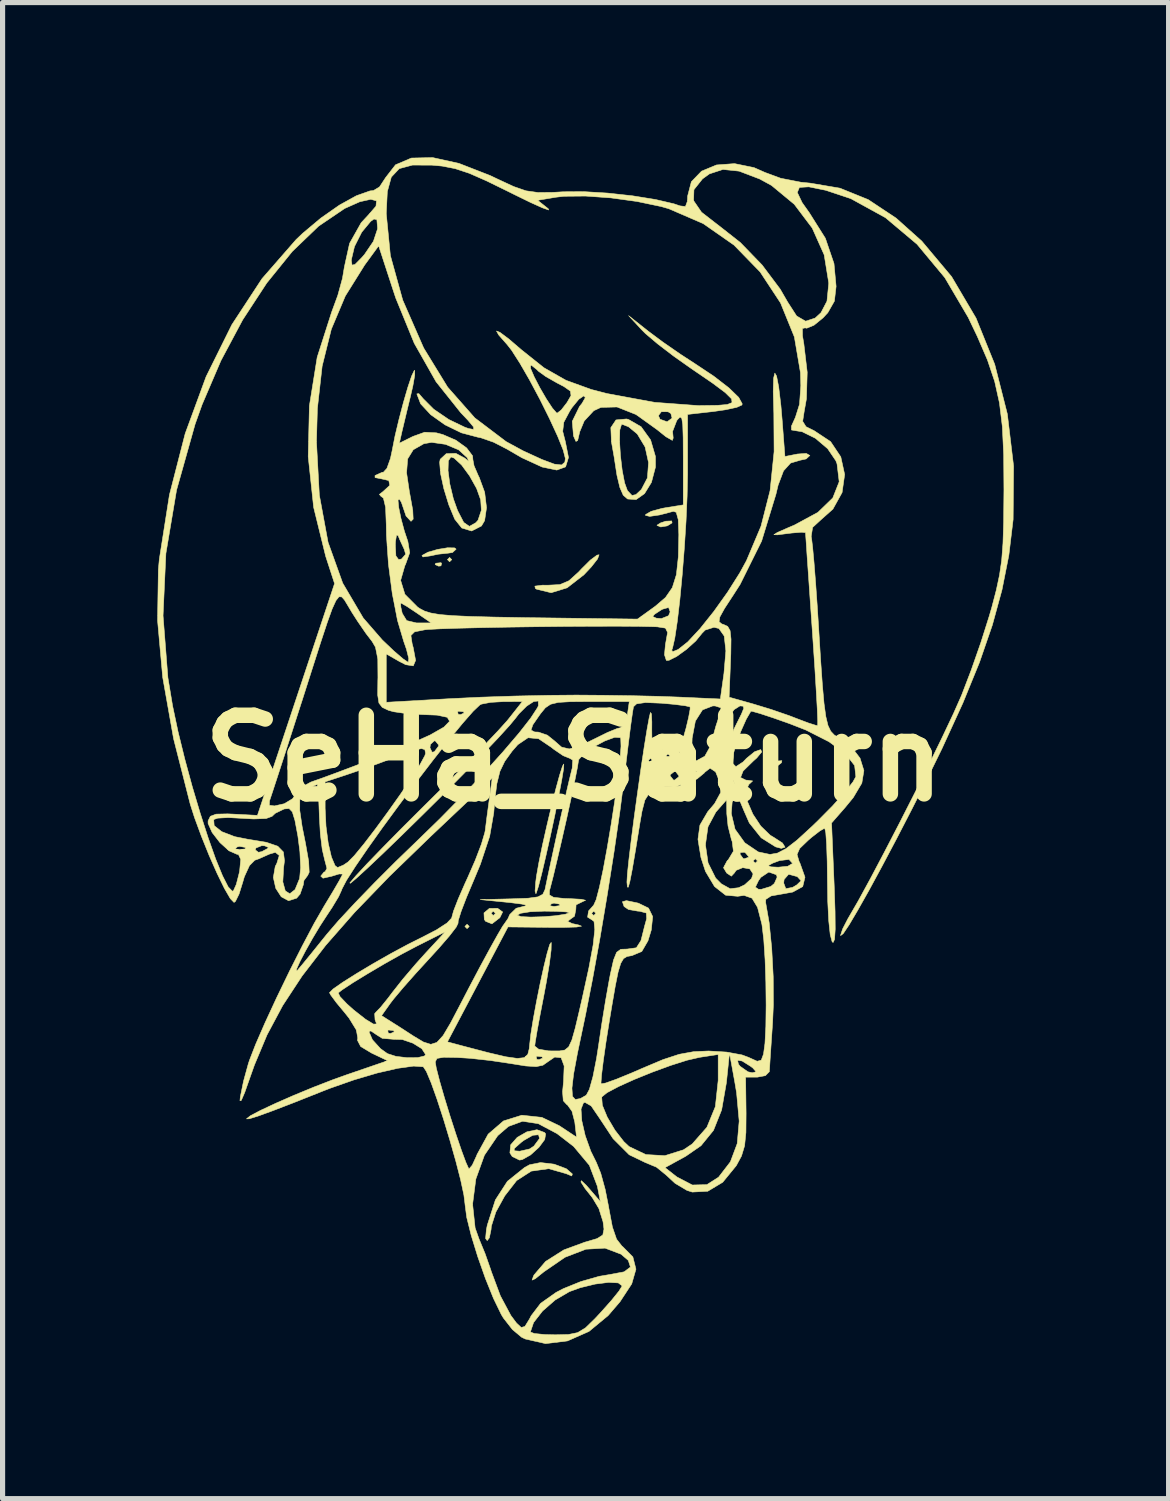
<source format=kicad_pcb>
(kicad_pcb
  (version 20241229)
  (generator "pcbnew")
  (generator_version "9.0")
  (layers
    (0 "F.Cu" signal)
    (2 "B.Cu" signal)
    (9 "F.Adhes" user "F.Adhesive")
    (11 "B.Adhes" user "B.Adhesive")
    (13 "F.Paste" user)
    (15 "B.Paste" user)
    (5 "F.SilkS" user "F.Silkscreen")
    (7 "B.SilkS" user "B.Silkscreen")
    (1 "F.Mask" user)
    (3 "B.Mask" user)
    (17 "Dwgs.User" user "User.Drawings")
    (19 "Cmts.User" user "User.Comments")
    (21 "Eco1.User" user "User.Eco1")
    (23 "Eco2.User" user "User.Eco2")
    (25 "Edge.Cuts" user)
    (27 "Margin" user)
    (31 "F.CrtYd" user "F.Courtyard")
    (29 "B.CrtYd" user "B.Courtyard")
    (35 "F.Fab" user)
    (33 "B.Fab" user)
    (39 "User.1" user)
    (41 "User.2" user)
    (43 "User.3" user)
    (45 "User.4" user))
  (footprint "SeHa_Saturn"
    (layer "F.Cu")
    (at 8.079 11.651)
    (property "Reference" "SeHa_Saturn" (at 0 0 0) (layer "F.SilkS") (effects (font (size 1.524 1.524) (thickness 0.3))))
    (attr through_hole)
    (fp_poly (pts (xy -2.371 -3.852) (xy -2.413 -3.81) (xy -2.455 -3.852) (xy -2.413 -3.895) (xy -2.371 -3.852)) (stroke (width 0.01) (type solid)) (fill yes) (layer "F.SilkS"))
    (fp_poly (pts (xy -2.032 3.26) (xy -2.074 3.302) (xy -2.117 3.26) (xy -2.074 3.217) (xy -2.032 3.26)) (stroke (width 0.01) (type solid)) (fill yes) (layer "F.SilkS"))
    (fp_poly (pts (xy -2.568 -3.782) (xy -2.58 -3.731) (xy -2.625 -3.725) (xy -2.694 -3.756) (xy -2.681 -3.782) (xy -2.581 -3.792) (xy -2.568 -3.782)) (stroke (width 0.01) (type solid)) (fill yes) (layer "F.SilkS"))
    (fp_poly (pts (xy 4.021 0.086) (xy 3.931 0.156) (xy 3.833 0.168) (xy 3.81 0.136) (xy 3.876 0.082) (xy 3.941 0.052) (xy 4.029 0.046) (xy 4.021 0.086)) (stroke (width 0.01) (type solid)) (fill yes) (layer "F.SilkS"))
    (fp_poly (pts (xy 1.9 -4.564) (xy 1.807 -4.506) (xy 1.68 -4.485) (xy 1.609 -4.515) (xy 1.609 -4.52) (xy 1.678 -4.564) (xy 1.778 -4.597) (xy 1.893 -4.602) (xy 1.9 -4.564)) (stroke (width 0.01) (type solid)) (fill yes) (layer "F.SilkS"))
    (fp_poly (pts (xy -2.314 -4.079) (xy -2.286 -4.055) (xy -2.356 -3.99) (xy -2.434 -3.978) (xy -2.632 -3.957) (xy -2.794 -3.923) (xy -2.93 -3.904) (xy -2.949 -3.932) (xy -2.832 -3.996) (xy -2.645 -4.05) (xy -2.451 -4.082) (xy -2.314 -4.079)) (stroke (width 0.01) (type solid)) (fill yes) (layer "F.SilkS"))
    (fp_poly (pts (xy -1.478 2.911) (xy -1.384 2.979) (xy -1.438 3.089) (xy -1.44 3.091) (xy -1.592 3.209) (xy -1.715 3.16) (xy -1.74 3.125) (xy -1.746 3.006) (xy -1.609 3.006) (xy -1.566 3.048) (xy -1.524 3.006) (xy -1.566 2.963) (xy -1.609 3.006) (xy -1.746 3.006) (xy -1.747 2.998) (xy -1.642 2.91) (xy -1.484 2.908) (xy -1.478 2.911)) (stroke (width 0.01) (type solid)) (fill yes) (layer "F.SilkS"))
    (fp_poly (pts (xy 0.456 -3.866) (xy 0.333 -3.709) (xy 0.191 -3.558) (xy -0.135 -3.305) (xy -0.444 -3.21) (xy -0.725 -3.278) (xy -0.75 -3.293) (xy -0.76 -3.338) (xy -0.61 -3.357) (xy -0.509 -3.356) (xy -0.275 -3.368) (xy -0.1 -3.442) (xy 0.088 -3.612) (xy 0.142 -3.67) (xy 0.316 -3.843) (xy 0.445 -3.939) (xy 0.485 -3.946) (xy 0.456 -3.866)) (stroke (width 0.01) (type solid)) (fill yes) (layer "F.SilkS"))
    (fp_poly (pts (xy -0.203 0.202) (xy -0.239 0.422) (xy -0.299 0.736) (xy -0.374 1.109) (xy -0.459 1.505) (xy -0.545 1.888) (xy -0.624 2.225) (xy -0.689 2.478) (xy -0.733 2.613) (xy -0.74 2.625) (xy -0.756 2.576) (xy -0.744 2.406) (xy -0.729 2.286) (xy -0.682 2.021) (xy -0.613 1.684) (xy -0.529 1.312) (xy -0.44 0.937) (xy -0.354 0.596) (xy -0.279 0.322) (xy -0.224 0.151) (xy -0.199 0.111) (xy -0.203 0.202)) (stroke (width 0.01) (type solid)) (fill yes) (layer "F.SilkS"))
    (fp_poly (pts (xy -0.387 7.868) (xy -0.151 7.956) (xy -0.033 8.058) (xy -0.045 8.097) (xy -0.154 8.052) (xy -0.491 7.956) (xy -0.829 8.003) (xy -1.112 8.185) (xy -1.117 8.191) (xy -1.344 8.483) (xy -1.516 8.796) (xy -1.604 9.072) (xy -1.609 9.135) (xy -1.642 9.296) (xy -1.684 9.35) (xy -1.715 9.309) (xy -1.7 9.14) (xy -1.682 9.05) (xy -1.525 8.561) (xy -1.292 8.2) (xy -0.961 7.934) (xy -0.864 7.88) (xy -0.65 7.837) (xy -0.387 7.868)) (stroke (width 0.01) (type solid)) (fill yes) (layer "F.SilkS"))
    (fp_poly (pts (xy -0.572 7.254) (xy -0.551 7.281) (xy -0.569 7.391) (xy -0.682 7.543) (xy -0.843 7.689) (xy -1.003 7.779) (xy -1.057 7.789) (xy -1.199 7.72) (xy -1.244 7.649) (xy -1.24 7.608) (xy -1.162 7.608) (xy -1.054 7.617) (xy -0.861 7.573) (xy -0.779 7.518) (xy -0.67 7.371) (xy -0.688 7.298) (xy -0.801 7.308) (xy -0.979 7.41) (xy -1.028 7.448) (xy -1.158 7.564) (xy -1.162 7.608) (xy -1.24 7.608) (xy -1.229 7.493) (xy -1.101 7.348) (xy -0.914 7.241) (xy -0.72 7.2) (xy -0.572 7.254)) (stroke (width 0.01) (type solid)) (fill yes) (layer "F.SilkS"))
    (fp_poly (pts (xy 1.052 -6.571) (xy 1.299 -6.429) (xy 1.484 -6.172) (xy 1.578 -5.851) (xy 1.578 -5.645) (xy 1.5 -5.349) (xy 1.366 -5.131) (xy 1.203 -5.016) (xy 1.038 -5.027) (xy 0.953 -5.101) (xy 0.888 -5.25) (xy 0.832 -5.484) (xy 0.822 -5.546) (xy 0.777 -5.84) (xy 0.729 -6.111) (xy 0.724 -6.138) (xy 0.724 -6.149) (xy 0.882 -6.149) (xy 0.899 -5.87) (xy 0.933 -5.583) (xy 0.98 -5.339) (xy 1.034 -5.191) (xy 1.038 -5.186) (xy 1.123 -5.096) (xy 1.2 -5.113) (xy 1.306 -5.213) (xy 1.422 -5.436) (xy 1.444 -5.732) (xy 1.377 -6.036) (xy 1.227 -6.285) (xy 1.217 -6.295) (xy 1.055 -6.428) (xy 0.935 -6.474) (xy 0.919 -6.47) (xy 0.887 -6.366) (xy 0.882 -6.149) (xy 0.724 -6.149) (xy 0.713 -6.411) (xy 0.813 -6.56) (xy 1.016 -6.579) (xy 1.052 -6.571)) (stroke (width 0.01) (type solid)) (fill yes) (layer "F.SilkS"))
    (fp_poly (pts (xy -2.23 -11.533) (xy -1.627 -11.298) (xy -1.482 -11.229) (xy -1.169 -11.084) (xy -0.932 -11.002) (xy -0.7 -10.969) (xy -0.403 -10.972) (xy -0.212 -10.983) (xy 0.184 -10.986) (xy 0.651 -10.958) (xy 1.134 -10.905) (xy 1.58 -10.833) (xy 1.936 -10.75) (xy 2.053 -10.71) (xy 2.159 -10.697) (xy 2.198 -10.802) (xy 2.198 -10.812) (xy 2.317 -10.812) (xy 2.471 -10.587) (xy 2.788 -10.341) (xy 2.789 -10.341) (xy 3.224 -9.999) (xy 3.645 -9.564) (xy 3.996 -9.096) (xy 4.143 -8.842) (xy 4.315 -8.575) (xy 4.489 -8.474) (xy 4.674 -8.535) (xy 4.787 -8.639) (xy 4.903 -8.862) (xy 4.937 -9.201) (xy 4.937 -9.218) (xy 4.849 -9.76) (xy 4.617 -10.28) (xy 4.269 -10.741) (xy 3.828 -11.106) (xy 3.599 -11.231) (xy 3.2 -11.383) (xy 2.886 -11.416) (xy 2.624 -11.33) (xy 2.49 -11.233) (xy 2.324 -11.024) (xy 2.317 -10.812) (xy 2.198 -10.812) (xy 2.201 -10.898) (xy 2.274 -11.178) (xy 2.472 -11.383) (xy 2.761 -11.503) (xy 3.111 -11.529) (xy 3.488 -11.452) (xy 3.701 -11.358) (xy 4.007 -11.245) (xy 4.401 -11.168) (xy 4.576 -11.151) (xy 5.155 -11.053) (xy 5.703 -10.831) (xy 6.244 -10.472) (xy 6.741 -10.027) (xy 7.319 -9.338) (xy 7.793 -8.534) (xy 8.155 -7.638) (xy 8.4 -6.674) (xy 8.521 -5.663) (xy 8.512 -4.63) (xy 8.429 -3.937) (xy 8.296 -3.266) (xy 8.109 -2.583) (xy 7.86 -1.861) (xy 7.538 -1.073) (xy 7.134 -0.191) (xy 6.854 0.381) (xy 6.547 0.989) (xy 6.249 1.566) (xy 5.969 2.095) (xy 5.717 2.56) (xy 5.501 2.943) (xy 5.332 3.229) (xy 5.218 3.399) (xy 5.168 3.437) (xy 5.167 3.429) (xy 5.207 3.307) (xy 5.307 3.113) (xy 5.332 3.07) (xy 5.511 2.761) (xy 5.744 2.334) (xy 6.015 1.821) (xy 6.308 1.256) (xy 6.605 0.672) (xy 6.89 0.1) (xy 7.146 -0.425) (xy 7.357 -0.871) (xy 7.505 -1.205) (xy 7.518 -1.236) (xy 7.699 -1.709) (xy 7.886 -2.243) (xy 8.046 -2.748) (xy 8.099 -2.929) (xy 8.186 -3.262) (xy 8.248 -3.552) (xy 8.29 -3.84) (xy 8.315 -4.168) (xy 8.328 -4.577) (xy 8.333 -5.106) (xy 8.334 -5.207) (xy 8.329 -5.881) (xy 8.303 -6.428) (xy 8.247 -6.89) (xy 8.154 -7.308) (xy 8.014 -7.723) (xy 7.818 -8.178) (xy 7.641 -8.548) (xy 7.188 -9.318) (xy 6.649 -9.966) (xy 6.037 -10.481) (xy 5.366 -10.85) (xy 4.88 -11.012) (xy 4.551 -11.079) (xy 4.369 -11.068) (xy 4.328 -10.97) (xy 4.421 -10.774) (xy 4.56 -10.578) (xy 4.872 -10.082) (xy 5.039 -9.592) (xy 5.08 -9.149) (xy 5.047 -8.863) (xy 4.92 -8.64) (xy 4.827 -8.539) (xy 4.651 -8.396) (xy 4.511 -8.338) (xy 4.479 -8.345) (xy 4.427 -8.333) (xy 4.429 -8.189) (xy 4.455 -8.033) (xy 4.52 -7.484) (xy 4.505 -6.97) (xy 4.461 -6.722) (xy 4.432 -6.534) (xy 4.497 -6.429) (xy 4.655 -6.351) (xy 4.973 -6.14) (xy 5.171 -5.844) (xy 5.246 -5.502) (xy 5.196 -5.152) (xy 5.018 -4.831) (xy 4.782 -4.621) (xy 4.625 -4.477) (xy 4.597 -4.303) (xy 4.606 -4.249) (xy 4.625 -4.091) (xy 4.652 -3.798) (xy 4.683 -3.401) (xy 4.716 -2.933) (xy 4.741 -2.54) (xy 4.78 -1.908) (xy 4.814 -1.423) (xy 4.846 -1.064) (xy 4.881 -0.809) (xy 4.923 -0.636) (xy 4.976 -0.525) (xy 5.045 -0.452) (xy 5.134 -0.397) (xy 5.167 -0.38) (xy 5.388 -0.208) (xy 5.544 -0.003) (xy 5.619 0.238) (xy 5.579 0.481) (xy 5.413 0.761) (xy 5.253 0.956) (xy 4.992 1.254) (xy 5.043 2.468) (xy 5.06 2.97) (xy 5.063 3.314) (xy 5.05 3.51) (xy 5.022 3.571) (xy 5.003 3.556) (xy 4.966 3.42) (xy 4.937 3.149) (xy 4.918 2.775) (xy 4.912 2.392) (xy 4.907 1.995) (xy 4.896 1.669) (xy 4.88 1.444) (xy 4.86 1.355) (xy 4.858 1.355) (xy 4.768 1.406) (xy 4.604 1.533) (xy 4.539 1.589) (xy 4.374 1.748) (xy 4.323 1.864) (xy 4.362 1.998) (xy 4.38 2.034) (xy 4.477 2.305) (xy 4.433 2.487) (xy 4.24 2.593) (xy 4.064 2.625) (xy 3.82 2.668) (xy 3.717 2.735) (xy 3.714 2.794) (xy 3.782 3.184) (xy 3.832 3.684) (xy 3.861 4.234) (xy 3.864 4.775) (xy 3.849 5.122) (xy 3.824 5.492) (xy 3.803 5.803) (xy 3.79 6.013) (xy 3.786 6.075) (xy 3.71 6.152) (xy 3.554 6.181) (xy 3.326 6.181) (xy 3.335 6.879) (xy 3.332 7.253) (xy 3.306 7.512) (xy 3.246 7.71) (xy 3.145 7.897) (xy 2.882 8.219) (xy 2.592 8.393) (xy 2.292 8.409) (xy 2.19 8.377) (xy 1.958 8.239) (xy 1.792 8.085) (xy 1.609 7.935) (xy 1.763 7.935) (xy 1.994 8.116) (xy 2.293 8.272) (xy 2.575 8.265) (xy 2.801 8.121) (xy 3.031 7.822) (xy 3.163 7.469) (xy 3.201 7.033) (xy 3.151 6.486) (xy 3.115 6.272) (xy 3.039 5.854) (xy 3.169 5.854) (xy 3.187 5.929) (xy 3.217 5.969) (xy 3.37 6.077) (xy 3.456 6.096) (xy 3.529 6.077) (xy 3.466 6.004) (xy 3.424 5.972) (xy 3.258 5.868) (xy 3.169 5.854) (xy 3.039 5.854) (xy 3.013 5.715) (xy 2.953 6.29) (xy 2.861 6.816) (xy 2.703 7.213) (xy 2.461 7.51) (xy 2.166 7.714) (xy 1.763 7.935) (xy 1.609 7.935) (xy 1.599 7.927) (xy 1.384 7.838) (xy 1.069 7.686) (xy 0.757 7.374) (xy 0.489 6.969) (xy 0.332 6.739) (xy 0.212 6.67) (xy 0.182 6.681) (xy 0.135 6.8) (xy 0.15 7.026) (xy 0.216 7.314) (xy 0.324 7.616) (xy 0.431 7.832) (xy 0.517 8.043) (xy 0.603 8.356) (xy 0.672 8.704) (xy 0.673 8.715) (xy 0.743 9.086) (xy 0.824 9.322) (xy 0.928 9.456) (xy 0.941 9.465) (xy 1.14 9.666) (xy 1.2 9.904) (xy 1.118 10.189) (xy 0.891 10.535) (xy 0.661 10.803) (xy 0.289 11.111) (xy -0.128 11.295) (xy -0.552 11.347) (xy -0.947 11.257) (xy -1.017 11.223) (xy -1.137 11.122) (xy -0.847 11.122) (xy -0.77 11.151) (xy -0.571 11.171) (xy -0.365 11.176) (xy -0.108 11.17) (xy 0.069 11.134) (xy 0.222 11.041) (xy 0.406 10.862) (xy 0.524 10.735) (xy 0.725 10.509) (xy 0.871 10.328) (xy 0.931 10.23) (xy 0.931 10.227) (xy 0.858 10.17) (xy 0.669 10.16) (xy 0.408 10.193) (xy 0.121 10.263) (xy -0.09 10.339) (xy -0.364 10.5) (xy -0.61 10.714) (xy -0.785 10.939) (xy -0.847 11.122) (xy -1.137 11.122) (xy -1.194 11.075) (xy -1.37 10.85) (xy -1.411 10.782) (xy -1.562 10.471) (xy -1.719 10.082) (xy -1.868 9.659) (xy -1.994 9.249) (xy -2.081 8.899) (xy -2.113 8.656) (xy -2.113 8.65) (xy -2.114 8.644) (xy -1.967 8.644) (xy -1.918 9.104) (xy -1.844 9.313) (xy -1.725 9.602) (xy -1.615 9.915) (xy -1.605 9.948) (xy -1.429 10.42) (xy -1.225 10.802) (xy -1.116 10.948) (xy -1.024 11.034) (xy -0.953 11.014) (xy -0.863 10.868) (xy -0.831 10.806) (xy -0.648 10.566) (xy -0.348 10.354) (xy -0.207 10.281) (xy 0.131 10.144) (xy 0.488 10.042) (xy 0.684 10.009) (xy 0.971 9.955) (xy 1.093 9.863) (xy 1.051 9.734) (xy 0.912 9.614) (xy 0.601 9.496) (xy 0.23 9.517) (xy -0.175 9.673) (xy -0.584 9.954) (xy -0.752 10.089) (xy -0.814 10.116) (xy -0.788 10.04) (xy -0.775 10.015) (xy -0.552 9.754) (xy -0.2 9.531) (xy 0.207 9.381) (xy 0.446 9.311) (xy 0.557 9.241) (xy 0.58 9.127) (xy 0.562 8.985) (xy 0.481 8.728) (xy 0.355 8.518) (xy 0.213 8.339) (xy 0.133 8.213) (xy 0.142 8.188) (xy 0.234 8.275) (xy 0.291 8.34) (xy 0.51 8.594) (xy 0.452 8.297) (xy 0.297 7.89) (xy -0.008 7.525) (xy -0.33 7.276) (xy -0.694 7.083) (xy -0.998 7.036) (xy -1.271 7.136) (xy -1.48 7.316) (xy -1.738 7.695) (xy -1.904 8.156) (xy -1.967 8.644) (xy -2.114 8.644) (xy -2.136 8.465) (xy -2.199 8.172) (xy -2.293 7.807) (xy -2.408 7.402) (xy -2.532 6.992) (xy -2.656 6.611) (xy -2.77 6.292) (xy -2.863 6.071) (xy -2.923 5.98) (xy -3.111 5.967) (xy -3.42 6.01) (xy -3.816 6.101) (xy -4.263 6.233) (xy -4.728 6.396) (xy -4.854 6.445) (xy -5.42 6.67) (xy -5.841 6.832) (xy -6.129 6.937) (xy -6.295 6.988) (xy -6.35 6.99) (xy -6.35 6.989) (xy -6.276 6.93) (xy -6.077 6.825) (xy -5.784 6.688) (xy -5.431 6.533) (xy -5.05 6.376) (xy -4.673 6.23) (xy -4.411 6.136) (xy -3.68 5.885) (xy -2.691 5.885) (xy -2.671 6.005) (xy -2.606 6.258) (xy -2.513 6.58) (xy -2.404 6.935) (xy -2.29 7.287) (xy -2.184 7.598) (xy -2.098 7.831) (xy -2.044 7.951) (xy -2.035 7.959) (xy -1.974 7.888) (xy -1.893 7.713) (xy -1.88 7.679) (xy -1.665 7.286) (xy -1.368 7.03) (xy -1.013 6.919) (xy -0.624 6.961) (xy -0.284 7.124) (xy 0.048 7.344) (xy 0.014 7.052) (xy -0.04 6.843) (xy -0.128 6.72) (xy -0.139 6.715) (xy -0.209 6.639) (xy -0.223 6.463) (xy -0.216 6.393) (xy -0.041 6.393) (xy -0.031 6.553) (xy 0.024 6.614) (xy 0.122 6.596) (xy 0.171 6.569) (xy 0.536 6.569) (xy 0.548 6.725) (xy 0.643 6.955) (xy 0.792 7.208) (xy 0.965 7.431) (xy 1.067 7.527) (xy 1.392 7.682) (xy 1.761 7.703) (xy 2.121 7.59) (xy 2.291 7.476) (xy 2.575 7.153) (xy 2.739 6.753) (xy 2.794 6.245) (xy 2.794 6.218) (xy 2.794 5.742) (xy 2.434 5.797) (xy 2.191 5.853) (xy 1.873 5.954) (xy 1.521 6.083) (xy 1.172 6.224) (xy 0.866 6.362) (xy 0.641 6.481) (xy 0.537 6.565) (xy 0.536 6.569) (xy 0.171 6.569) (xy 0.237 6.531) (xy 0.297 6.419) (xy 0.366 6.172) (xy 0.435 5.823) (xy 0.473 5.58) (xy 0.538 5.144) (xy 0.609 4.706) (xy 0.675 4.335) (xy 0.702 4.191) (xy 0.765 3.911) (xy 0.825 3.761) (xy 0.906 3.702) (xy 1.03 3.698) (xy 1.208 3.673) (xy 1.296 3.535) (xy 1.309 3.486) (xy 1.366 3.258) (xy 1.407 3.111) (xy 1.401 2.999) (xy 1.267 2.964) (xy 1.238 2.963) (xy 1.055 2.931) (xy 0.97 2.873) (xy 0.937 2.78) (xy 1.015 2.759) (xy 1.226 2.803) (xy 1.249 2.809) (xy 1.444 2.904) (xy 1.524 3.068) (xy 1.497 3.329) (xy 1.433 3.538) (xy 1.313 3.745) (xy 1.122 3.825) (xy 1.115 3.826) (xy 1.026 3.842) (xy 0.959 3.883) (xy 0.905 3.975) (xy 0.854 4.143) (xy 0.799 4.415) (xy 0.73 4.815) (xy 0.689 5.063) (xy 0.62 5.495) (xy 0.567 5.864) (xy 0.533 6.139) (xy 0.522 6.291) (xy 0.525 6.311) (xy 0.613 6.295) (xy 0.82 6.221) (xy 1.111 6.102) (xy 1.318 6.012) (xy 1.724 5.841) (xy 2.038 5.738) (xy 2.319 5.687) (xy 2.608 5.674) (xy 2.958 5.695) (xy 3.256 5.75) (xy 3.382 5.797) (xy 3.55 5.873) (xy 3.629 5.852) (xy 3.673 5.734) (xy 3.701 5.527) (xy 3.718 5.196) (xy 3.723 4.786) (xy 3.718 4.34) (xy 3.703 3.903) (xy 3.678 3.519) (xy 3.644 3.234) (xy 3.64 3.212) (xy 3.557 2.889) (xy 3.45 2.712) (xy 3.297 2.658) (xy 3.172 2.675) (xy 2.938 2.654) (xy 2.723 2.485) (xy 2.548 2.193) (xy 2.46 1.924) (xy 2.419 1.676) (xy 2.547 1.676) (xy 2.598 2.027) (xy 2.745 2.322) (xy 2.856 2.434) (xy 3.025 2.528) (xy 3.188 2.509) (xy 3.212 2.498) (xy 3.515 2.498) (xy 3.574 2.538) (xy 3.63 2.54) (xy 3.814 2.484) (xy 3.884 2.426) (xy 3.887 2.418) (xy 4.064 2.418) (xy 4.105 2.527) (xy 4.237 2.502) (xy 4.318 2.454) (xy 4.401 2.374) (xy 4.333 2.299) (xy 4.322 2.292) (xy 4.16 2.248) (xy 4.072 2.349) (xy 4.064 2.418) (xy 3.887 2.418) (xy 3.937 2.303) (xy 3.922 2.257) (xy 3.775 2.205) (xy 3.621 2.308) (xy 3.576 2.371) (xy 3.515 2.498) (xy 3.212 2.498) (xy 3.308 2.452) (xy 3.44 2.331) (xy 3.471 2.241) (xy 3.407 2.144) (xy 3.27 2.12) (xy 3.142 2.172) (xy 3.108 2.223) (xy 3.05 2.285) (xy 2.959 2.224) (xy 2.897 2.121) (xy 2.918 2.081) (xy 3.763 2.081) (xy 3.816 2.104) (xy 3.958 2.111) (xy 4.145 2.092) (xy 4.233 2.039) (xy 4.233 2.032) (xy 4.167 1.96) (xy 3.984 1.983) (xy 3.852 2.032) (xy 3.763 2.081) (xy 2.918 2.081) (xy 2.962 1.997) (xy 2.968 1.99) (xy 3.471 1.99) (xy 3.514 2.032) (xy 3.556 1.99) (xy 3.514 1.947) (xy 3.471 1.99) (xy 2.968 1.99) (xy 2.993 1.961) (xy 3.055 1.858) (xy 3.217 1.858) (xy 3.279 1.944) (xy 3.302 1.947) (xy 3.384 1.918) (xy 3.387 1.91) (xy 3.327 1.838) (xy 3.302 1.82) (xy 3.224 1.827) (xy 3.217 1.858) (xy 3.055 1.858) (xy 3.089 1.801) (xy 3.065 1.612) (xy 3.05 1.573) (xy 2.985 1.313) (xy 2.961 1.074) (xy 2.961 1.07) (xy 3.048 1.07) (xy 3.121 1.374) (xy 3.31 1.638) (xy 3.572 1.815) (xy 3.798 1.863) (xy 3.942 1.838) (xy 4.108 1.752) (xy 4.324 1.585) (xy 4.616 1.317) (xy 4.731 1.206) (xy 5.012 0.922) (xy 5.246 0.661) (xy 5.407 0.457) (xy 5.463 0.355) (xy 5.439 0.14) (xy 5.26 -0.089) (xy 4.941 -0.322) (xy 4.495 -0.548) (xy 4.183 -0.67) (xy 3.861 -0.784) (xy 3.606 -0.868) (xy 3.454 -0.911) (xy 3.428 -0.913) (xy 3.339 -0.76) (xy 3.231 -0.518) (xy 3.137 -0.26) (xy 3.094 -0.106) (xy 3.075 0.101) (xy 3.138 0.161) (xy 3.277 0.07) (xy 3.344 0) (xy 3.501 -0.128) (xy 3.618 -0.169) (xy 3.639 -0.124) (xy 3.542 -0.007) (xy 3.478 0.05) (xy 3.277 0.247) (xy 3.228 0.372) (xy 3.331 0.423) (xy 3.365 0.425) (xy 3.462 0.439) (xy 3.399 0.498) (xy 3.39 0.504) (xy 3.33 0.631) (xy 3.362 0.839) (xy 3.466 1.081) (xy 3.62 1.314) (xy 3.804 1.492) (xy 3.873 1.533) (xy 4.041 1.642) (xy 4.091 1.723) (xy 4.018 1.746) (xy 3.908 1.717) (xy 3.628 1.541) (xy 3.397 1.252) (xy 3.288 1.003) (xy 3.199 0.788) (xy 3.12 0.739) (xy 3.065 0.852) (xy 3.048 1.07) (xy 2.961 1.07) (xy 2.958 0.804) (xy 2.749 1.042) (xy 2.596 1.328) (xy 2.547 1.676) (xy 2.419 1.676) (xy 2.402 1.569) (xy 2.44 1.295) (xy 2.591 1.036) (xy 2.724 0.879) (xy 2.843 0.662) (xy 2.831 0.476) (xy 2.825 0.461) (xy 2.966 0.461) (xy 2.981 0.624) (xy 3.036 0.636) (xy 3.057 0.618) (xy 3.106 0.484) (xy 3.059 0.368) (xy 2.996 0.28) (xy 2.971 0.331) (xy 2.966 0.461) (xy 2.825 0.461) (xy 2.744 0.263) (xy 2.637 0.191) (xy 2.531 0.273) (xy 2.525 0.284) (xy 2.381 0.403) (xy 2.287 0.423) (xy 2.125 0.465) (xy 2.072 0.511) (xy 1.958 0.562) (xy 1.856 0.548) (xy 1.725 0.543) (xy 1.693 0.587) (xy 1.623 0.661) (xy 1.532 0.677) (xy 1.44 0.705) (xy 1.373 0.81) (xy 1.317 1.027) (xy 1.278 1.249) (xy 1.192 1.778) (xy 1.128 2.153) (xy 1.082 2.388) (xy 1.052 2.498) (xy 1.034 2.496) (xy 1.025 2.399) (xy 1.034 2.241) (xy 1.064 1.956) (xy 1.109 1.577) (xy 1.166 1.137) (xy 1.23 0.671) (xy 1.259 0.466) (xy 1.439 0.466) (xy 1.485 0.578) (xy 1.524 0.593) (xy 1.599 0.524) (xy 1.609 0.466) (xy 1.563 0.353) (xy 1.524 0.339) (xy 1.863 0.339) (xy 1.927 0.421) (xy 1.947 0.423) (xy 2.03 0.359) (xy 2.032 0.339) (xy 1.968 0.256) (xy 1.947 0.254) (xy 1.865 0.318) (xy 1.863 0.339) (xy 1.524 0.339) (xy 1.449 0.407) (xy 1.439 0.466) (xy 1.259 0.466) (xy 1.292 0.231) (xy 1.458 0.231) (xy 1.542 0.252) (xy 1.587 0.253) (xy 1.736 0.222) (xy 1.778 0.169) (xy 1.725 0.091) (xy 1.57 0.141) (xy 1.524 0.169) (xy 1.458 0.231) (xy 1.292 0.231) (xy 1.295 0.21) (xy 1.32 0.042) (xy 1.439 0.042) (xy 1.482 0.085) (xy 1.524 0.042) (xy 1.513 0.032) (xy 1.942 0.032) (xy 1.983 0.11) (xy 2.107 0.202) (xy 2.138 0.217) (xy 2.302 0.273) (xy 2.377 0.263) (xy 2.328 0.198) (xy 2.288 0.171) (xy 2.234 0.107) (xy 2.329 0.057) (xy 2.378 0.044) (xy 2.534 -0.04) (xy 2.618 -0.191) (xy 2.794 -0.191) (xy 2.817 -0.003) (xy 2.872 0.084) (xy 2.879 0.085) (xy 2.944 0.013) (xy 2.963 -0.109) (xy 3.001 -0.306) (xy 3.096 -0.559) (xy 3.133 -0.635) (xy 3.246 -0.86) (xy 3.291 -0.972) (xy 3.276 -1.011) (xy 3.216 -1.016) (xy 3.101 -0.943) (xy 2.975 -0.759) (xy 2.866 -0.52) (xy 2.802 -0.279) (xy 2.794 -0.191) (xy 2.618 -0.191) (xy 2.637 -0.226) (xy 2.678 -0.364) (xy 2.749 -0.623) (xy 2.817 -0.829) (xy 2.832 -0.868) (xy 2.848 -0.979) (xy 2.736 -1.015) (xy 2.69 -1.016) (xy 2.49 -0.939) (xy 2.352 -0.722) (xy 2.289 -0.39) (xy 2.286 -0.292) (xy 2.255 -0.073) (xy 2.146 0.014) (xy 2.011 0.01) (xy 1.942 0.032) (xy 1.513 0.032) (xy 1.482 0) (xy 1.439 0.042) (xy 1.32 0.042) (xy 1.333 -0.042) (xy 1.778 -0.042) (xy 1.82 0) (xy 1.863 -0.042) (xy 1.82 -0.085) (xy 1.778 -0.042) (xy 1.333 -0.042) (xy 1.346 -0.127) (xy 2.032 -0.127) (xy 2.074 -0.085) (xy 2.117 -0.127) (xy 2.074 -0.169) (xy 2.032 -0.127) (xy 1.346 -0.127) (xy 1.358 -0.21) (xy 1.414 -0.556) (xy 1.458 -0.796) (xy 1.481 -0.889) (xy 1.5 -0.863) (xy 1.508 -0.706) (xy 1.507 -0.55) (xy 1.51 -0.293) (xy 1.546 -0.172) (xy 1.615 -0.156) (xy 1.803 -0.198) (xy 1.895 -0.217) (xy 2.035 -0.254) (xy 2.07 -0.273) (xy 2.115 -0.389) (xy 2.171 -0.585) (xy 2.221 -0.795) (xy 2.25 -0.953) (xy 2.249 -0.997) (xy 2.154 -1.019) (xy 1.94 -1.046) (xy 1.7 -1.068) (xy 1.386 -1.081) (xy 1.212 -1.056) (xy 1.152 -0.999) (xy 1.132 -0.879) (xy 1.096 -0.624) (xy 1.051 -0.267) (xy 0.999 0.159) (xy 0.978 0.339) (xy 0.89 1.022) (xy 0.776 1.808) (xy 0.644 2.645) (xy 0.503 3.483) (xy 0.36 4.272) (xy 0.225 4.961) (xy 0.182 5.165) (xy 0.066 5.716) (xy -0.009 6.12) (xy -0.041 6.393) (xy -0.216 6.393) (xy -0.204 6.266) (xy -0.192 5.965) (xy -0.251 5.805) (xy -0.375 5.792) (xy -0.503 5.879) (xy -0.604 5.95) (xy -0.734 5.977) (xy -0.939 5.964) (xy -1.238 5.916) (xy -1.62 5.859) (xy -2.013 5.816) (xy -2.27 5.8) (xy -2.53 5.796) (xy -2.657 5.818) (xy -2.691 5.885) (xy -3.68 5.885) (xy -3.615 5.862) (xy -3.926 5.714) (xy -4.137 5.587) (xy -4.2 5.465) (xy -4.193 5.424) (xy -4.215 5.3) (xy -3.977 5.3) (xy -3.909 5.456) (xy -3.752 5.629) (xy -3.618 5.725) (xy -3.453 5.778) (xy -3.236 5.804) (xy -3.031 5.802) (xy -2.898 5.77) (xy -2.879 5.742) (xy -2.951 5.63) (xy -3.123 5.523) (xy -3.329 5.452) (xy -3.49 5.448) (xy -3.718 5.429) (xy -3.828 5.36) (xy -3.94 5.284) (xy -3.977 5.3) (xy -4.215 5.3) (xy -4.219 5.278) (xy -3.612 5.278) (xy -3.601 5.328) (xy -3.556 5.334) (xy -3.486 5.303) (xy -3.5 5.278) (xy -3.6 5.267) (xy -3.612 5.278) (xy -4.219 5.278) (xy -4.221 5.267) (xy -4.362 5.037) (xy -4.444 4.934) (xy -4.61 4.734) (xy -4.717 4.589) (xy -4.739 4.548) (xy -4.572 4.548) (xy -4.538 4.619) (xy -4.404 4.76) (xy -4.276 4.875) (xy -4.042 5.059) (xy -3.887 5.153) (xy -3.827 5.149) (xy -3.858 5.071) (xy -3.863 4.989) (xy -3.732 4.989) (xy -3.369 5.218) (xy -3.109 5.387) (xy -2.92 5.5) (xy -2.777 5.545) (xy -2.658 5.507) (xy -2.649 5.497) (xy -2.455 5.497) (xy -2.138 5.582) (xy -1.661 5.707) (xy -1.324 5.786) (xy -1.1 5.818) (xy -0.966 5.803) (xy -0.947 5.786) (xy -0.734 5.786) (xy -0.722 5.836) (xy -0.677 5.842) (xy -0.608 5.811) (xy -0.621 5.786) (xy -0.721 5.775) (xy -0.734 5.786) (xy -0.947 5.786) (xy -0.897 5.74) (xy -0.869 5.63) (xy -0.863 5.567) (xy -0.838 5.346) (xy -0.79 5.05) (xy -0.727 4.71) (xy -0.657 4.362) (xy -0.586 4.04) (xy -0.522 3.778) (xy -0.472 3.61) (xy -0.444 3.569) (xy -0.442 3.576) (xy -0.445 3.717) (xy -0.478 3.981) (xy -0.535 4.327) (xy -0.587 4.604) (xy -0.659 4.976) (xy -0.717 5.29) (xy -0.753 5.505) (xy -0.762 5.579) (xy -0.687 5.639) (xy -0.496 5.671) (xy -0.429 5.673) (xy -0.283 5.673) (xy -0.18 5.656) (xy -0.105 5.595) (xy -0.043 5.463) (xy 0.022 5.233) (xy 0.106 4.879) (xy 0.157 4.657) (xy 0.288 4.06) (xy 0.37 3.617) (xy 0.402 3.32) (xy 0.387 3.163) (xy 0.348 3.133) (xy 0.262 3.079) (xy 0.274 3.006) (xy 0.339 3.006) (xy 0.381 3.048) (xy 0.423 3.006) (xy 0.381 2.963) (xy 0.339 3.006) (xy 0.274 3.006) (xy 0.281 2.959) (xy 0.381 2.846) (xy 0.429 2.739) (xy 0.492 2.498) (xy 0.565 2.155) (xy 0.641 1.743) (xy 0.717 1.293) (xy 0.787 0.839) (xy 0.846 0.412) (xy 0.889 0.044) (xy 0.91 -0.232) (xy 0.905 -0.384) (xy 0.897 -0.401) (xy 0.787 -0.407) (xy 0.597 -0.337) (xy 0.382 -0.222) (xy 0.196 -0.092) (xy 0.092 0.023) (xy 0.085 0.051) (xy 0.066 0.172) (xy 0.017 0.421) (xy -0.054 0.759) (xy -0.14 1.152) (xy -0.233 1.561) (xy -0.323 1.949) (xy -0.402 2.28) (xy -0.463 2.517) (xy -0.476 2.561) (xy -0.478 2.648) (xy -0.397 2.695) (xy -0.195 2.717) (xy -0.069 2.721) (xy 0.141 2.733) (xy 0.224 2.752) (xy 0.184 2.77) (xy 0.039 2.841) (xy 0.034 2.931) (xy 0.009 3.061) (xy -0.065 3.114) (xy -0.125 3.16) (xy -0.038 3.203) (xy 0.085 3.23) (xy 0.145 3.254) (xy 0.049 3.271) (xy -0.192 3.278) (xy -0.45 3.278) (xy -1.281 3.269) (xy -2.455 5.497) (xy -2.649 5.497) (xy -2.538 5.374) (xy -2.394 5.131) (xy -2.202 4.765) (xy -2.041 4.455) (xy -1.825 4.046) (xy -1.633 3.692) (xy -1.481 3.419) (xy -1.384 3.254) (xy -1.357 3.217) (xy -1.282 3.109) (xy -1.252 3.042) (xy -1.101 3.042) (xy -1.026 3.069) (xy -0.839 3.078) (xy -0.596 3.071) (xy -0.352 3.051) (xy -0.163 3.021) (xy -0.092 2.994) (xy -0.149 2.978) (xy -0.335 2.967) (xy -0.579 2.963) (xy -0.851 2.975) (xy -1.04 3.005) (xy -1.101 3.042) (xy -1.252 3.042) (xy -1.245 3.027) (xy -1.122 2.907) (xy -0.955 2.864) (xy -0.938 2.858) (xy -0.471 2.858) (xy -0.388 2.872) (xy -0.278 2.856) (xy -0.277 2.828) (xy -0.39 2.807) (xy -0.439 2.821) (xy -0.471 2.858) (xy -0.938 2.858) (xy -0.911 2.85) (xy -1.013 2.826) (xy -1.24 2.797) (xy -1.27 2.794) (xy -1.82 2.739) (xy -1.208 2.724) (xy -0.889 2.712) (xy -0.701 2.686) (xy -0.606 2.636) (xy -0.564 2.547) (xy -0.558 2.519) (xy -0.503 2.256) (xy -0.427 1.905) (xy -0.34 1.506) (xy -0.248 1.098) (xy -0.163 0.721) (xy -0.092 0.417) (xy -0.045 0.224) (xy -0.036 0.191) (xy -0.026 0.034) (xy -0.084 0) (xy -0.211 -0.051) (xy -0.396 -0.177) (xy -0.439 -0.212) (xy -0.688 -0.38) (xy -0.892 -0.399) (xy -1.09 -0.265) (xy -1.202 -0.137) (xy -1.344 0.059) (xy -1.437 0.252) (xy -1.497 0.492) (xy -1.538 0.826) (xy -1.557 1.058) (xy -1.636 1.512) (xy -1.816 2.054) (xy -1.944 2.361) (xy -2.085 2.695) (xy -2.19 2.969) (xy -2.246 3.148) (xy -2.249 3.198) (xy -2.285 3.273) (xy -2.416 3.443) (xy -2.62 3.679) (xy -2.798 3.874) (xy -3.069 4.17) (xy -3.314 4.447) (xy -3.497 4.665) (xy -3.561 4.748) (xy -3.732 4.989) (xy -3.863 4.989) (xy -3.866 4.951) (xy -3.842 4.922) (xy -3.75 4.827) (xy -3.603 4.645) (xy -3.516 4.53) (xy -3.317 4.278) (xy -3.064 3.981) (xy -2.881 3.778) (xy -2.498 3.364) (xy -3.048 3.641) (xy -3.336 3.793) (xy -3.666 3.978) (xy -3.997 4.173) (xy -4.288 4.351) (xy -4.498 4.49) (xy -4.572 4.548) (xy -4.739 4.548) (xy -4.741 4.543) (xy -4.672 4.473) (xy -4.486 4.343) (xy -4.215 4.172) (xy -3.892 3.979) (xy -3.549 3.784) (xy -3.218 3.606) (xy -2.942 3.468) (xy -2.666 3.325) (xy -2.463 3.193) (xy -2.372 3.096) (xy -2.371 3.087) (xy -2.337 2.962) (xy -2.246 2.727) (xy -2.115 2.427) (xy -2.062 2.312) (xy -1.915 1.975) (xy -1.797 1.666) (xy -1.73 1.439) (xy -1.722 1.397) (xy -1.691 1.148) (xy -1.65 0.844) (xy -1.64 0.765) (xy -1.587 0.386) (xy -2.781 1.515) (xy -3.58 2.289) (xy -4.253 2.986) (xy -4.813 3.624) (xy -5.273 4.221) (xy -5.649 4.794) (xy -5.952 5.362) (xy -6.196 5.944) (xy -6.28 6.181) (xy -6.384 6.476) (xy -6.451 6.632) (xy -6.477 6.639) (xy -6.47 6.564) (xy -6.408 6.26) (xy -6.317 5.929) (xy -6.294 5.857) (xy -6.173 5.545) (xy -5.99 5.125) (xy -5.765 4.639) (xy -5.518 4.129) (xy -5.516 4.125) (xy -5.381 4.125) (xy -5.36 4.106) (xy -5.275 4.006) (xy -5.113 3.808) (xy -4.902 3.546) (xy -4.788 3.405) (xy -4.567 3.148) (xy -4.251 2.808) (xy -3.87 2.414) (xy -3.454 1.998) (xy -3.041 1.599) (xy -2.601 1.171) (xy -2.166 0.728) (xy -1.753 0.29) (xy -1.382 -0.121) (xy -1.072 -0.484) (xy -1.022 -0.547) (xy -0.834 -0.547) (xy -0.765 -0.511) (xy -0.69 -0.508) (xy -0.518 -0.449) (xy -0.381 -0.339) (xy -0.242 -0.217) (xy -0.093 -0.182) (xy 0.109 -0.236) (xy 0.405 -0.381) (xy 0.648 -0.501) (xy 0.836 -0.578) (xy 0.9 -0.593) (xy 0.979 -0.666) (xy 1.034 -0.844) (xy 1.034 -0.847) (xy 1.071 -1.101) (xy 0.298 -1.101) (xy -0.069 -1.098) (xy -0.306 -1.084) (xy -0.455 -1.048) (xy -0.556 -0.98) (xy -0.648 -0.868) (xy -0.661 -0.85) (xy -0.8 -0.649) (xy -0.834 -0.547) (xy -1.022 -0.547) (xy -0.841 -0.779) (xy -0.708 -0.983) (xy -0.691 -1.022) (xy -0.694 -1.111) (xy -0.782 -1.101) (xy -0.919 -1.012) (xy -1.069 -0.863) (xy -1.13 -0.783) (xy -1.25 -0.638) (xy -1.472 -0.394) (xy -1.778 -0.073) (xy -2.148 0.308) (xy -2.564 0.728) (xy -2.94 1.1) (xy -3.351 1.503) (xy -3.709 1.849) (xy -4.001 2.125) (xy -4.214 2.32) (xy -4.334 2.422) (xy -4.348 2.416) (xy -4.345 2.413) (xy -4.231 2.279) (xy -4.017 2.048) (xy -3.722 1.743) (xy -3.369 1.384) (xy -2.978 0.994) (xy -2.85 0.867) (xy -2.444 0.465) (xy -2.064 0.081) (xy -1.731 -0.262) (xy -1.468 -0.539) (xy -1.297 -0.729) (xy -1.27 -0.762) (xy -1.002 -1.101) (xy -1.369 -1.099) (xy -1.616 -1.085) (xy -1.793 -1.051) (xy -1.825 -1.036) (xy -1.956 -0.912) (xy -2.163 -0.676) (xy -2.428 -0.353) (xy -2.733 0.034) (xy -3.06 0.461) (xy -3.392 0.905) (xy -3.711 1.34) (xy -3.999 1.745) (xy -4.238 2.094) (xy -4.411 2.364) (xy -4.499 2.532) (xy -4.506 2.554) (xy -4.565 2.683) (xy -4.692 2.894) (xy -4.794 3.048) (xy -4.928 3.254) (xy -5.071 3.493) (xy -5.206 3.733) (xy -5.314 3.94) (xy -5.378 4.082) (xy -5.381 4.125) (xy -5.516 4.125) (xy -5.268 3.635) (xy -5.037 3.198) (xy -4.843 2.861) (xy -4.84 2.856) (xy -4.675 2.583) (xy -4.551 2.37) (xy -4.49 2.254) (xy -4.487 2.244) (xy -4.555 2.242) (xy -4.699 2.286) (xy -4.867 2.324) (xy -4.911 2.284) (xy -4.846 2.203) (xy -4.828 2.201) (xy -4.791 2.133) (xy -4.835 1.968) (xy -4.882 1.767) (xy -4.919 1.462) (xy -4.938 1.122) (xy -4.949 0.824) (xy -4.963 0.606) (xy -4.978 0.51) (xy -4.98 0.508) (xy -5.066 0.543) (xy -5.17 0.596) (xy -5.269 0.675) (xy -5.317 0.802) (xy -5.318 1.008) (xy -5.272 1.322) (xy -5.206 1.651) (xy -5.145 1.997) (xy -5.135 2.209) (xy -5.165 2.272) (xy -5.237 2.369) (xy -5.249 2.452) (xy -5.311 2.632) (xy -5.378 2.711) (xy -5.534 2.761) (xy -5.677 2.684) (xy -5.783 2.52) (xy -5.83 2.31) (xy -5.793 2.096) (xy -5.762 2.036) (xy -5.715 1.884) (xy -5.791 1.823) (xy -5.909 1.858) (xy -6.108 1.947) (xy -6.19 1.976) (xy -6.293 2.08) (xy -6.392 2.296) (xy -6.424 2.406) (xy -6.495 2.633) (xy -6.564 2.773) (xy -6.592 2.794) (xy -6.664 2.72) (xy -6.779 2.521) (xy -6.921 2.23) (xy -7.075 1.882) (xy -7.225 1.51) (xy -7.358 1.149) (xy -7.441 0.889) (xy -7.764 -0.381) (xy -7.975 -1.571) (xy -8.074 -2.668) (xy -8.073 -2.766) (xy -7.968 -2.766) (xy -7.874 -1.564) (xy -7.783 -1.016) (xy -7.677 -0.515) (xy -7.547 0.014) (xy -7.402 0.548) (xy -7.248 1.064) (xy -7.094 1.54) (xy -6.948 1.952) (xy -6.815 2.277) (xy -6.705 2.493) (xy -6.625 2.576) (xy -6.604 2.568) (xy -6.548 2.444) (xy -6.493 2.229) (xy -6.483 2.18) (xy -6.462 1.959) (xy -6.505 1.867) (xy -6.537 1.86) (xy -6.689 1.793) (xy -6.709 1.775) (xy -6.181 1.775) (xy -6.119 1.822) (xy -6.054 1.809) (xy -5.942 1.749) (xy -5.927 1.727) (xy -5.996 1.697) (xy -6.054 1.693) (xy -6.166 1.738) (xy -6.181 1.775) (xy -6.709 1.775) (xy -6.728 1.758) (xy -6.567 1.758) (xy -6.484 1.771) (xy -6.374 1.756) (xy -6.373 1.727) (xy -6.486 1.707) (xy -6.535 1.72) (xy -6.567 1.758) (xy -6.728 1.758) (xy -6.865 1.634) (xy -7.016 1.439) (xy -7.095 1.263) (xy -7.095 1.213) (xy -7.082 1.187) (xy -6.986 1.187) (xy -6.977 1.305) (xy -6.83 1.422) (xy -6.577 1.519) (xy -6.331 1.568) (xy -5.966 1.628) (xy -5.744 1.704) (xy -5.635 1.816) (xy -5.614 1.986) (xy -5.631 2.12) (xy -5.646 2.396) (xy -5.598 2.57) (xy -5.511 2.625) (xy -5.409 2.545) (xy -5.32 2.328) (xy -5.301 2.119) (xy -5.315 1.813) (xy -5.354 1.508) (xy -5.411 1.205) (xy -5.462 1.038) (xy -5.524 0.974) (xy -5.613 0.981) (xy -5.626 0.985) (xy -5.793 1.066) (xy -5.855 1.125) (xy -5.969 1.167) (xy -6.212 1.176) (xy -6.426 1.164) (xy -6.705 1.149) (xy -6.908 1.16) (xy -6.986 1.187) (xy -7.082 1.187) (xy -7.051 1.124) (xy -6.939 1.082) (xy -6.716 1.077) (xy -6.601 1.082) (xy -6.138 1.106) (xy -6.073 0.91) (xy -5.908 0.91) (xy -5.808 0.923) (xy -5.617 0.88) (xy -5.455 0.782) (xy -5.397 0.688) (xy -5.297 0.567) (xy -5.102 0.46) (xy -5.089 0.456) (xy -4.826 0.456) (xy -4.826 0.969) (xy -4.809 1.316) (xy -4.766 1.645) (xy -4.704 1.913) (xy -4.633 2.081) (xy -4.584 2.117) (xy -4.471 2.07) (xy -4.383 2.011) (xy -4.259 1.885) (xy -4.073 1.659) (xy -3.847 1.364) (xy -3.604 1.032) (xy -3.364 0.694) (xy -3.151 0.379) (xy -2.986 0.12) (xy -2.892 -0.053) (xy -2.879 -0.099) (xy -2.893 -0.169) (xy -2.959 -0.189) (xy -3.11 -0.152) (xy -3.377 -0.056) (xy -3.45 -0.028) (xy -3.809 0.107) (xy -4.171 0.237) (xy -4.424 0.323) (xy -4.826 0.456) (xy -5.089 0.456) (xy -5.071 0.449) (xy -4.88 0.382) (xy -4.574 0.269) (xy -4.195 0.126) (xy -3.8 -0.025) (xy -3.348 -0.207) (xy -2.794 -0.207) (xy -2.753 -0.119) (xy -2.709 -0.127) (xy -2.628 -0.235) (xy -2.625 -0.259) (xy -2.689 -0.336) (xy -2.709 -0.339) (xy -2.784 -0.27) (xy -2.794 -0.207) (xy -3.348 -0.207) (xy -3.214 -0.261) (xy -2.789 -0.453) (xy -2.523 -0.605) (xy -2.413 -0.718) (xy -2.458 -0.795) (xy -2.655 -0.837) (xy -2.92 -0.847) (xy -3.227 -0.863) (xy -3.497 -0.903) (xy -3.498 -0.903) (xy -2.258 -0.903) (xy -2.246 -0.853) (xy -2.201 -0.847) (xy -2.132 -0.878) (xy -2.145 -0.903) (xy -2.245 -0.913) (xy -2.258 -0.903) (xy -3.498 -0.903) (xy -3.599 -0.931) (xy -3.719 -0.988) (xy -3.783 -1.072) (xy -3.807 -1.227) (xy -3.804 -1.499) (xy -3.802 -1.565) (xy -3.805 -1.924) (xy -3.824 -2.024) (xy -3.641 -2.024) (xy -3.641 -1.086) (xy -2.392 -1.157) (xy -1.808 -1.185) (xy -1.151 -1.207) (xy -0.502 -1.221) (xy 0.042 -1.226) (xy 0.565 -1.222) (xy 1.114 -1.214) (xy 1.624 -1.202) (xy 2.03 -1.187) (xy 2.032 -1.187) (xy 2.836 -1.15) (xy 2.906 -1.647) (xy 2.943 -2.082) (xy 2.911 -2.37) (xy 2.808 -2.517) (xy 2.712 -2.54) (xy 2.542 -2.486) (xy 2.481 -2.424) (xy 2.359 -2.274) (xy 2.178 -2.111) (xy 1.988 -1.974) (xy 1.838 -1.899) (xy 1.789 -1.898) (xy 1.753 -2.007) (xy 1.772 -2.213) (xy 1.778 -2.243) (xy 1.813 -2.44) (xy 1.772 -2.524) (xy 1.613 -2.549) (xy 1.536 -2.552) (xy 1.251 -2.558) (xy 0.852 -2.561) (xy 0.371 -2.56) (xy -0.164 -2.557) (xy -0.723 -2.551) (xy -1.276 -2.543) (xy -1.793 -2.533) (xy -2.245 -2.522) (xy -2.601 -2.51) (xy -2.833 -2.498) (xy -2.891 -2.492) (xy -3.092 -2.452) (xy -3.163 -2.381) (xy -3.139 -2.223) (xy -3.118 -2.145) (xy -3.072 -1.899) (xy -3.117 -1.792) (xy -3.263 -1.815) (xy -3.392 -1.881) (xy -3.641 -2.024) (xy -3.824 -2.024) (xy -3.85 -2.154) (xy -3.914 -2.264) (xy -4.032 -2.418) (xy -4.195 -2.655) (xy -4.306 -2.828) (xy -4.387 -2.964) (xy -4.451 -3.07) (xy -4.505 -3.13) (xy -4.558 -3.131) (xy -4.616 -3.058) (xy -4.69 -2.896) (xy -4.785 -2.632) (xy -4.911 -2.251) (xy -5.075 -1.739) (xy -5.285 -1.081) (xy -5.294 -1.055) (xy -5.462 -0.532) (xy -5.614 -0.06) (xy -5.743 0.336) (xy -5.839 0.63) (xy -5.895 0.798) (xy -5.904 0.826) (xy -5.908 0.91) (xy -6.073 0.91) (xy -5.391 -1.141) (xy -4.643 -3.388) (xy -4.815 -3.916) (xy -5.049 -4.867) (xy -5.154 -5.851) (xy -5.147 -6.138) (xy -4.994 -6.138) (xy -4.938 -5.102) (xy -4.769 -4.188) (xy -4.485 -3.396) (xy -4.087 -2.72) (xy -3.716 -2.293) (xy -3.494 -2.082) (xy -3.316 -1.929) (xy -3.218 -1.863) (xy -3.214 -1.863) (xy -3.204 -1.933) (xy -3.249 -2.114) (xy -3.303 -2.269) (xy -3.423 -2.674) (xy -3.488 -3.01) (xy -3.362 -3.01) (xy -3.358 -2.931) (xy -3.331 -2.811) (xy -3.245 -2.67) (xy -3.057 -2.625) (xy -3.026 -2.625) (xy -2.769 -2.625) (xy -3.057 -2.823) (xy -3.239 -2.944) (xy -3.349 -3.007) (xy -3.362 -3.01) (xy -3.488 -3.01) (xy -3.524 -3.191) (xy -3.598 -3.761) (xy -3.624 -4.13) (xy -3.465 -4.13) (xy -3.454 -3.924) (xy -3.402 -3.854) (xy -3.346 -3.863) (xy -3.265 -3.956) (xy -3.292 -4.051) (xy -3.382 -4.245) (xy -3.411 -4.318) (xy -3.442 -4.328) (xy -3.462 -4.2) (xy -3.465 -4.13) (xy -3.624 -4.13) (xy -3.637 -4.326) (xy -3.641 -4.536) (xy -3.654 -4.867) (xy -3.696 -5.044) (xy -3.747 -5.083) (xy -3.774 -5.117) (xy -3.704 -5.171) (xy -3.572 -5.292) (xy -3.592 -5.385) (xy -3.739 -5.419) (xy -3.858 -5.442) (xy -3.859 -5.482) (xy -3.722 -5.544) (xy -3.697 -5.546) (xy -3.628 -5.621) (xy -3.559 -5.815) (xy -3.526 -5.969) (xy -3.471 -6.249) (xy -3.394 -6.572) (xy -3.308 -6.899) (xy -3.223 -7.191) (xy -3.15 -7.409) (xy -3.099 -7.516) (xy -3.089 -7.52) (xy -3.089 -7.426) (xy -3.125 -7.219) (xy -3.17 -7.024) (xy -3.244 -6.72) (xy -3.309 -6.448) (xy -3.336 -6.335) (xy -3.387 -6.109) (xy -3.124 -6.24) (xy -2.896 -6.322) (xy -2.67 -6.31) (xy -2.545 -6.277) (xy -2.289 -6.166) (xy -2.083 -6.017) (xy -1.968 -5.865) (xy -1.961 -5.789) (xy -1.939 -5.672) (xy -1.856 -5.479) (xy -1.838 -5.444) (xy -1.733 -5.157) (xy -1.697 -4.858) (xy -1.734 -4.608) (xy -1.795 -4.504) (xy -1.986 -4.407) (xy -2.177 -4.465) (xy -2.313 -4.636) (xy -2.428 -4.913) (xy -2.524 -5.226) (xy -2.588 -5.52) (xy -2.593 -5.579) (xy -2.443 -5.579) (xy -2.409 -5.319) (xy -2.34 -5.032) (xy -2.259 -4.805) (xy -2.139 -4.573) (xy -2.029 -4.497) (xy -1.905 -4.567) (xy -1.862 -4.615) (xy -1.797 -4.809) (xy -1.81 -5.01) (xy -1.889 -5.231) (xy -2.024 -5.473) (xy -2.18 -5.686) (xy -2.325 -5.82) (xy -2.386 -5.842) (xy -2.437 -5.769) (xy -2.443 -5.579) (xy -2.593 -5.579) (xy -2.606 -5.739) (xy -2.595 -5.797) (xy -2.477 -5.906) (xy -2.292 -5.912) (xy -2.121 -5.821) (xy -2.043 -5.758) (xy -2.068 -5.822) (xy -2.072 -5.829) (xy -2.237 -5.98) (xy -2.493 -6.087) (xy -2.762 -6.125) (xy -2.912 -6.099) (xy -3.117 -5.982) (xy -3.226 -5.805) (xy -3.247 -5.536) (xy -3.189 -5.146) (xy -3.184 -5.124) (xy -3.127 -4.808) (xy -3.119 -4.637) (xy -3.16 -4.595) (xy -3.163 -4.596) (xy -3.257 -4.697) (xy -3.289 -4.791) (xy -3.348 -4.964) (xy -3.388 -5.027) (xy -3.413 -5.003) (xy -3.399 -4.862) (xy -3.355 -4.648) (xy -3.29 -4.406) (xy -3.222 -4.204) (xy -3.186 -3.986) (xy -3.268 -3.757) (xy -3.28 -3.736) (xy -3.362 -3.45) (xy -3.279 -3.179) (xy -3.033 -2.932) (xy -2.992 -2.904) (xy -2.9 -2.855) (xy -2.778 -2.817) (xy -2.603 -2.787) (xy -2.354 -2.766) (xy -2.008 -2.75) (xy -1.542 -2.738) (xy -0.935 -2.727) (xy -0.765 -2.725) (xy 1.23 -2.699) (xy 1.299 -2.749) (xy 1.524 -2.749) (xy 1.595 -2.717) (xy 1.693 -2.709) (xy 1.832 -2.764) (xy 1.863 -2.839) (xy 1.833 -2.924) (xy 1.718 -2.892) (xy 1.693 -2.879) (xy 1.56 -2.792) (xy 1.524 -2.749) (xy 1.299 -2.749) (xy 1.576 -2.949) (xy 1.773 -3.118) (xy 1.905 -3.309) (xy 1.984 -3.561) (xy 2.022 -3.911) (xy 2.031 -4.337) (xy 2.02 -4.627) (xy 1.981 -4.769) (xy 1.926 -4.788) (xy 1.659 -4.718) (xy 1.466 -4.69) (xy 1.384 -4.71) (xy 1.388 -4.727) (xy 1.495 -4.788) (xy 1.704 -4.845) (xy 1.776 -4.858) (xy 2.117 -4.913) (xy 2.117 -5.82) (xy 2.115 -6.216) (xy 2.107 -6.466) (xy 2.088 -6.592) (xy 2.055 -6.617) (xy 2.004 -6.565) (xy 1.99 -6.545) (xy 1.91 -6.337) (xy 1.922 -6.209) (xy 1.906 -6.163) (xy 1.78 -6.235) (xy 1.608 -6.373) (xy 1.232 -6.643) (xy 1.635 -6.643) (xy 1.667 -6.573) (xy 1.805 -6.524) (xy 1.9 -6.595) (xy 1.877 -6.685) (xy 1.823 -6.718) (xy 1.692 -6.719) (xy 1.635 -6.643) (xy 1.232 -6.643) (xy 1.198 -6.666) (xy 0.833 -6.811) (xy 0.52 -6.803) (xy 0.382 -6.739) (xy 0.197 -6.54) (xy 0.11 -6.331) (xy 0.07 -6.161) (xy 0.036 -6.143) (xy -0.011 -6.25) (xy -0.035 -6.533) (xy 0.106 -6.821) (xy 0.153 -6.879) (xy 0.218 -6.992) (xy 0.189 -7.027) (xy 0.092 -6.961) (xy -0.042 -6.797) (xy -0.084 -6.731) (xy -0.199 -6.515) (xy -0.22 -6.339) (xy -0.168 -6.135) (xy -0.108 -5.832) (xy -0.164 -5.65) (xy -0.335 -5.588) (xy -0.619 -5.647) (xy -1.013 -5.828) (xy -1.301 -5.995) (xy -1.56 -6.128) (xy -1.807 -6.214) (xy -1.867 -6.226) (xy -2.184 -6.31) (xy -2.502 -6.465) (xy -2.779 -6.662) (xy -2.975 -6.873) (xy -3.048 -7.065) (xy -3.009 -7.07) (xy -2.921 -6.968) (xy -2.721 -6.768) (xy -2.428 -6.568) (xy -2.114 -6.417) (xy -2.041 -6.392) (xy -1.947 -6.376) (xy -1.949 -6.424) (xy -2.059 -6.556) (xy -2.196 -6.7) (xy -2.675 -7.3) (xy -3.098 -8.046) (xy -3.456 -8.921) (xy -3.5 -9.053) (xy -3.788 -9.935) (xy -4.061 -9.561) (xy -4.435 -8.962) (xy -4.706 -8.319) (xy -4.884 -7.602) (xy -4.976 -6.781) (xy -4.994 -6.138) (xy -5.147 -6.138) (xy -5.131 -6.833) (xy -4.98 -7.775) (xy -4.703 -8.64) (xy -4.703 -8.641) (xy -4.58 -8.976) (xy -4.49 -9.304) (xy -4.453 -9.525) (xy -4.425 -9.653) (xy -4.318 -9.653) (xy -4.304 -9.561) (xy -4.246 -9.575) (xy -4.116 -9.707) (xy -4.064 -9.766) (xy -3.89 -10.022) (xy -3.811 -10.26) (xy -3.81 -10.287) (xy -3.823 -10.443) (xy -3.88 -10.455) (xy -3.943 -10.409) (xy -4.117 -10.199) (xy -4.257 -9.921) (xy -4.318 -9.665) (xy -4.318 -9.653) (xy -4.425 -9.653) (xy -4.352 -9.983) (xy -4.127 -10.383) (xy -3.988 -10.533) (xy -3.962 -10.563) (xy -3.641 -10.563) (xy -3.641 -10.56) (xy -3.561 -9.747) (xy -3.322 -8.884) (xy -2.925 -7.976) (xy -2.908 -7.942) (xy -2.451 -7.196) (xy -1.924 -6.599) (xy -1.316 -6.139) (xy -0.988 -5.961) (xy -0.622 -5.793) (xy -0.381 -5.703) (xy -0.241 -5.687) (xy -0.179 -5.741) (xy -0.169 -5.813) (xy -0.21 -5.974) (xy -0.318 -6.243) (xy -0.475 -6.583) (xy -0.661 -6.957) (xy -0.859 -7.328) (xy -1.027 -7.62) (xy -0.844 -7.62) (xy -0.842 -7.556) (xy -0.773 -7.396) (xy -0.663 -7.184) (xy -0.537 -6.967) (xy -0.42 -6.789) (xy -0.339 -6.696) (xy -0.327 -6.692) (xy -0.248 -6.753) (xy -0.136 -6.898) (xy -0.059 -7.032) (xy -0.071 -7.119) (xy -0.196 -7.207) (xy -0.332 -7.278) (xy -0.548 -7.401) (xy -0.694 -7.507) (xy -0.719 -7.534) (xy -0.821 -7.616) (xy -0.844 -7.62) (xy -1.027 -7.62) (xy -1.049 -7.658) (xy -1.211 -7.911) (xy -1.298 -8.022) (xy -1.461 -8.207) (xy -1.504 -8.284) (xy -1.437 -8.258) (xy -1.268 -8.132) (xy -1.017 -7.917) (xy -0.583 -7.571) (xy -0.156 -7.328) (xy 0.335 -7.15) (xy 0.641 -7.071) (xy 1.56 -6.901) (xy 2.407 -6.838) (xy 2.783 -6.843) (xy 2.97 -6.859) (xy 3.063 -6.896) (xy 3.054 -6.968) (xy 2.931 -7.09) (xy 2.686 -7.273) (xy 2.309 -7.531) (xy 2.261 -7.564) (xy 1.928 -7.799) (xy 1.62 -8.035) (xy 1.384 -8.235) (xy 1.312 -8.307) (xy 1.058 -8.582) (xy 1.439 -8.28) (xy 1.722 -8.069) (xy 2.066 -7.831) (xy 2.328 -7.661) (xy 2.707 -7.409) (xy 3.001 -7.182) (xy 3.192 -6.997) (xy 3.26 -6.872) (xy 3.254 -6.849) (xy 3.154 -6.804) (xy 2.936 -6.757) (xy 2.707 -6.724) (xy 2.201 -6.667) (xy 2.201 -5.514) (xy 2.192 -5.086) (xy 2.171 -4.598) (xy 2.138 -4.079) (xy 2.097 -3.562) (xy 2.051 -3.077) (xy 2.002 -2.657) (xy 1.953 -2.331) (xy 1.908 -2.132) (xy 1.893 -2.097) (xy 1.914 -2.068) (xy 2.019 -2.11) (xy 2.204 -2.257) (xy 2.444 -2.515) (xy 2.71 -2.848) (xy 2.975 -3.219) (xy 3.211 -3.592) (xy 3.342 -3.831) (xy 3.624 -4.499) (xy 3.8 -5.189) (xy 3.878 -5.945) (xy 3.873 -6.683) (xy 3.861 -7.107) (xy 3.868 -7.368) (xy 3.892 -7.468) (xy 3.926 -7.411) (xy 3.967 -7.2) (xy 4.01 -6.839) (xy 4.034 -6.559) (xy 4.088 -5.851) (xy 4.33 -5.899) (xy 4.501 -5.911) (xy 4.572 -5.871) (xy 4.5 -5.804) (xy 4.389 -5.78) (xy 4.198 -5.724) (xy 4.061 -5.573) (xy 3.956 -5.295) (xy 3.914 -5.12) (xy 3.636 -4.211) (xy 3.219 -3.371) (xy 3.094 -3.176) (xy 2.916 -2.903) (xy 2.825 -2.738) (xy 2.811 -2.648) (xy 2.864 -2.605) (xy 2.897 -2.595) (xy 2.978 -2.558) (xy 3.025 -2.475) (xy 3.043 -2.31) (xy 3.039 -2.027) (xy 3.033 -1.868) (xy 3.006 -1.185) (xy 3.471 -1.054) (xy 3.819 -0.948) (xy 4.173 -0.826) (xy 4.318 -0.77) (xy 4.543 -0.685) (xy 4.692 -0.638) (xy 4.723 -0.636) (xy 4.724 -0.722) (xy 4.715 -0.952) (xy 4.695 -1.303) (xy 4.668 -1.748) (xy 4.633 -2.265) (xy 4.617 -2.5) (xy 4.579 -3.04) (xy 4.546 -3.52) (xy 4.518 -3.916) (xy 4.499 -4.203) (xy 4.488 -4.356) (xy 4.487 -4.375) (xy 4.413 -4.383) (xy 4.225 -4.368) (xy 4.128 -4.356) (xy 3.94 -4.332) (xy 3.874 -4.335) (xy 3.939 -4.377) (xy 4.145 -4.468) (xy 4.274 -4.523) (xy 4.727 -4.768) (xy 5.016 -5.048) (xy 5.14 -5.362) (xy 5.098 -5.709) (xy 5.075 -5.769) (xy 4.917 -6.002) (xy 4.678 -6.205) (xy 4.422 -6.331) (xy 4.303 -6.35) (xy 4.215 -6.365) (xy 4.214 -6.44) (xy 4.291 -6.61) (xy 4.371 -6.864) (xy 4.396 -7.222) (xy 4.389 -7.477) (xy 4.271 -8.169) (xy 4.003 -8.828) (xy 3.607 -9.429) (xy 3.1 -9.95) (xy 2.504 -10.366) (xy 1.838 -10.654) (xy 1.689 -10.697) (xy 1.22 -10.795) (xy 0.711 -10.865) (xy 0.221 -10.9) (xy -0.193 -10.896) (xy -0.349 -10.878) (xy -0.706 -10.818) (xy -0.501 -10.655) (xy -0.493 -10.63) (xy -0.615 -10.673) (xy -0.846 -10.777) (xy -1.165 -10.933) (xy -1.257 -10.979) (xy -1.698 -11.195) (xy -2.033 -11.342) (xy -2.306 -11.432) (xy -2.557 -11.481) (xy -2.751 -11.499) (xy -3.131 -11.501) (xy -3.388 -11.432) (xy -3.543 -11.268) (xy -3.62 -10.987) (xy -3.641 -10.563) (xy -3.962 -10.563) (xy -3.84 -10.704) (xy -3.83 -10.807) (xy -3.941 -10.837) (xy -4.153 -10.79) (xy -4.446 -10.66) (xy -4.952 -10.317) (xy -5.461 -9.828) (xy -5.957 -9.215) (xy -6.424 -8.501) (xy -6.847 -7.708) (xy -7.211 -6.858) (xy -7.347 -6.477) (xy -7.706 -5.201) (xy -7.913 -3.971) (xy -7.968 -2.766) (xy -8.073 -2.766) (xy -8.059 -3.658) (xy -8.04 -3.862) (xy -7.844 -5.109) (xy -7.539 -6.295) (xy -7.133 -7.4) (xy -6.634 -8.407) (xy -6.05 -9.298) (xy -5.389 -10.056) (xy -5.263 -10.176) (xy -4.91 -10.472) (xy -4.55 -10.724) (xy -4.219 -10.907) (xy -3.956 -11) (xy -3.889 -11.007) (xy -3.772 -11.077) (xy -3.661 -11.246) (xy -3.658 -11.252) (xy -3.461 -11.506) (xy -3.154 -11.637) (xy -2.741 -11.646) (xy -2.23 -11.533)) (stroke (width 0.01) (type solid)) (fill yes) (layer "F.SilkS")))
  (gr_rect
    (start -3 -3)
    (end 19.605 26.003)
    (stroke (width 0.1) (type default))
    (fill no)
    (layer "Edge.Cuts")))
</source>
